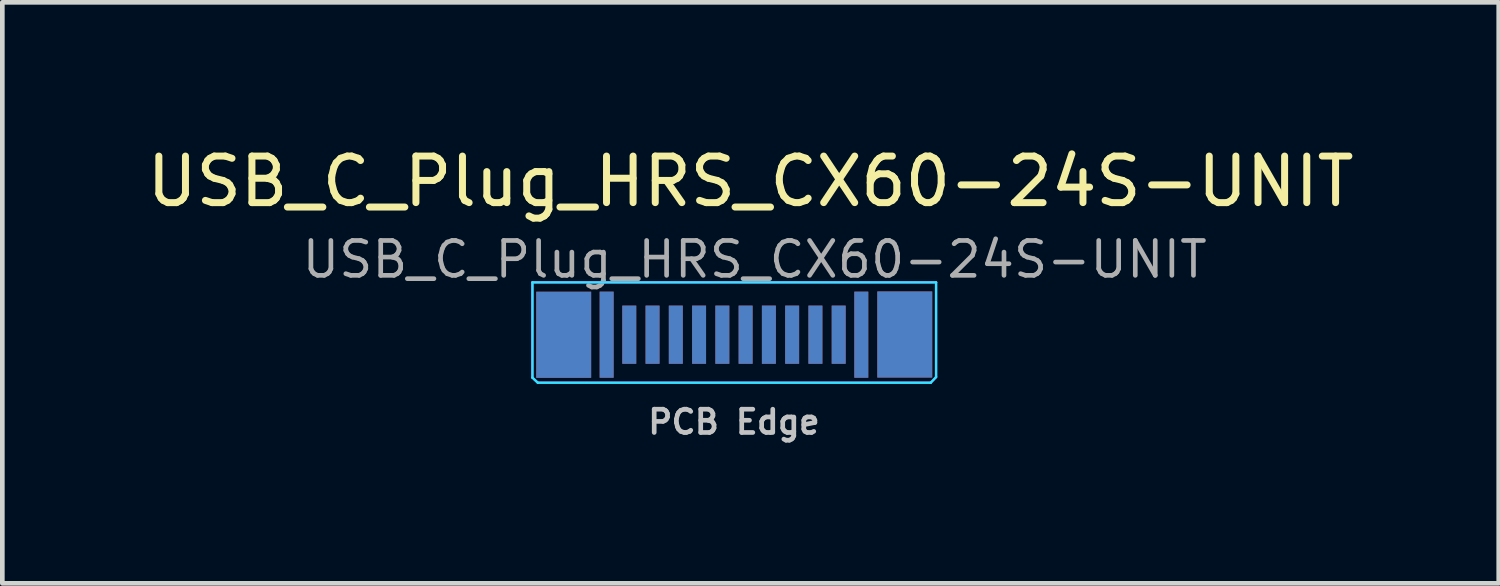
<source format=kicad_pcb>
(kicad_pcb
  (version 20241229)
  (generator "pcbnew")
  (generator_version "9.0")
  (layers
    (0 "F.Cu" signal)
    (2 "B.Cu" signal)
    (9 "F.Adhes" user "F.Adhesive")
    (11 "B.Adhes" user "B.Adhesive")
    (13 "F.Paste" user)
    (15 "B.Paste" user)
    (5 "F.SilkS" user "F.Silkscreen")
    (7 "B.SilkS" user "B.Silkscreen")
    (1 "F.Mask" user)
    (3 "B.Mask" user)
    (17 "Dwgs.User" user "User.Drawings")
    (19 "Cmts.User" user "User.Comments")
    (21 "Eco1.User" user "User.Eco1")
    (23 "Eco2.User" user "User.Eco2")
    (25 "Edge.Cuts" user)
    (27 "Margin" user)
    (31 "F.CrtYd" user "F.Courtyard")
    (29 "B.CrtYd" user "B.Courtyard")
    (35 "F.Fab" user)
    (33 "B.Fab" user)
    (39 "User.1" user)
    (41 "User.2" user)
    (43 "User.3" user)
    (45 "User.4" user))
  (footprint "USB_C_Plug_HRS_CX60-24S-UNIT"
    (layer "F.Cu")
    (at 12.722 2.995)
    (property "Reference" "USB_C_Plug_HRS_CX60-24S-UNIT" (at 0.356 -2.146 0) (layer "F.SilkS") (effects (font (size 1 1) (thickness 0.15))))
    (attr smd)
    (fp_line (start -4.331 0.023) (end 4.343 0.023) (stroke (width 0.05) (type solid)) (layer "B.CrtYd"))
    (fp_line (start -4.331 2.07) (end -4.331 0.023) (stroke (width 0.05) (type solid)) (layer "B.CrtYd"))
    (fp_line (start -4.216 2.179) (end -4.331 2.07) (stroke (width 0.05) (type solid)) (layer "B.CrtYd"))
    (fp_line (start 4.229 2.178) (end -4.216 2.179) (stroke (width 0.05) (type solid)) (layer "B.CrtYd"))
    (fp_line (start 4.229 2.178) (end 4.343 2.057) (stroke (width 0.05) (type solid)) (layer "B.CrtYd"))
    (fp_line (start 4.343 0.023) (end 4.343 2.057) (stroke (width 0.05) (type solid)) (layer "B.CrtYd"))
    (fp_line (start -4.331 0.023) (end 4.343 0.023) (stroke (width 0.05) (type solid)) (layer "F.CrtYd"))
    (fp_line (start -4.331 2.07) (end -4.331 0.023) (stroke (width 0.05) (type solid)) (layer "F.CrtYd"))
    (fp_line (start -4.216 2.179) (end -4.331 2.07) (stroke (width 0.05) (type solid)) (layer "F.CrtYd"))
    (fp_line (start 4.229 2.178) (end -4.21 2.179) (stroke (width 0.05) (type solid)) (layer "F.CrtYd"))
    (fp_line (start 4.343 0.023) (end 4.343 2.057) (stroke (width 0.05) (type solid)) (layer "F.CrtYd"))
    (fp_line (start 4.343 2.057) (end 4.229 2.178) (stroke (width 0.05) (type solid)) (layer "F.CrtYd"))
    (fp_text user "PCB Edge" (at 0 3.022 0) (layer "Dwgs.User") (effects (font (size 0.5 0.5) (thickness 0.1))))
    (fp_text user "${REFERENCE}" (at 0.445 -0.47 0) (layer "F.Fab") (effects (font (size 0.75 0.75) (thickness 0.1))))
    (pad "" smd rect (at -3.659 1.149) (size 1.18 1.85) (layers "B.Cu" "B.Mask" "B.Paste"))
    (pad "" smd rect (at 3.67 1.143) (size 1.18 1.85) (layers "F.Cu" "F.Mask" "F.Paste"))
    (pad "" smd rect (at 3.67 1.143) (size 1.18 1.85) (layers "B.Cu" "B.Mask" "B.Paste"))
    (pad "A1" smd rect (at 2.736 1.147) (size 0.3 1.85) (layers "F.Cu" "F.Mask" "F.Paste"))
    (pad "A2" smd rect (at 2.25 1.147) (size 0.3 1.25) (layers "F.Cu" "F.Mask" "F.Paste"))
    (pad "A3" smd rect (at 1.75 1.147) (size 0.3 1.25) (layers "F.Cu" "F.Mask" "F.Paste"))
    (pad "A4" smd rect (at 1.25 1.147) (size 0.3 1.25) (layers "F.Cu" "F.Mask" "F.Paste"))
    (pad "A5" smd rect (at 0.75 1.147) (size 0.3 1.25) (layers "F.Cu" "F.Mask" "F.Paste"))
    (pad "A6" smd rect (at 0.25 1.147) (size 0.3 1.25) (layers "F.Cu" "F.Mask" "F.Paste"))
    (pad "A7" smd rect (at -0.25 1.147) (size 0.3 1.25) (layers "F.Cu" "F.Mask" "F.Paste"))
    (pad "A8" smd rect (at -0.75 1.147) (size 0.3 1.25) (layers "F.Cu" "F.Mask" "F.Paste"))
    (pad "A9" smd rect (at -1.25 1.147) (size 0.3 1.25) (layers "F.Cu" "F.Mask" "F.Paste"))
    (pad "A10" smd rect (at -1.75 1.147) (size 0.3 1.25) (layers "F.Cu" "F.Mask" "F.Paste"))
    (pad "A11" smd rect (at -2.25 1.147) (size 0.3 1.25) (layers "F.Cu" "F.Mask" "F.Paste"))
    (pad "A12" smd rect (at -2.736 1.147) (size 0.3 1.85) (layers "F.Cu" "F.Mask" "F.Paste"))
    (pad "B1" smd rect (at -2.736 1.147) (size 0.3 1.85) (layers "B.Cu" "B.Mask" "B.Paste"))
    (pad "B2" smd rect (at -2.25 1.147) (size 0.3 1.25) (layers "B.Cu" "B.Mask" "B.Paste"))
    (pad "B3" smd rect (at -1.75 1.147) (size 0.3 1.25) (layers "B.Cu" "B.Mask" "B.Paste"))
    (pad "B4" smd rect (at -1.25 1.147) (size 0.3 1.25) (layers "B.Cu" "B.Mask" "B.Paste"))
    (pad "B5" smd rect (at -0.75 1.147) (size 0.3 1.25) (layers "B.Cu" "B.Mask" "B.Paste"))
    (pad "B6" smd rect (at -0.25 1.147) (size 0.3 1.25) (layers "B.Cu" "B.Mask" "B.Paste"))
    (pad "B7" smd rect (at 0.25 1.147) (size 0.3 1.25) (layers "B.Cu" "B.Mask" "B.Paste"))
    (pad "B8" smd rect (at 0.75 1.147) (size 0.3 1.25) (layers "B.Cu" "B.Mask" "B.Paste"))
    (pad "B9" smd rect (at 1.25 1.147) (size 0.3 1.25) (layers "B.Cu" "B.Mask" "B.Paste"))
    (pad "B10" smd rect (at 1.75 1.147) (size 0.3 1.25) (layers "B.Cu" "B.Mask" "B.Paste"))
    (pad "B11" smd rect (at 2.25 1.147) (size 0.3 1.25) (layers "B.Cu" "B.Mask" "B.Paste"))
    (pad "B12" smd rect (at 2.736 1.147) (size 0.3 1.85) (layers "B.Cu" "B.Mask" "B.Paste"))
    (pad "S1" smd rect (at -3.659 1.148) (size 1.18 1.85) (layers "F.Cu" "F.Mask" "F.Paste")))
  (gr_rect
    (start -3 -3)
    (end 29.155 9.485)
    (stroke (width 0.1) (type default))
    (fill no)
    (layer "Edge.Cuts")))
</source>
